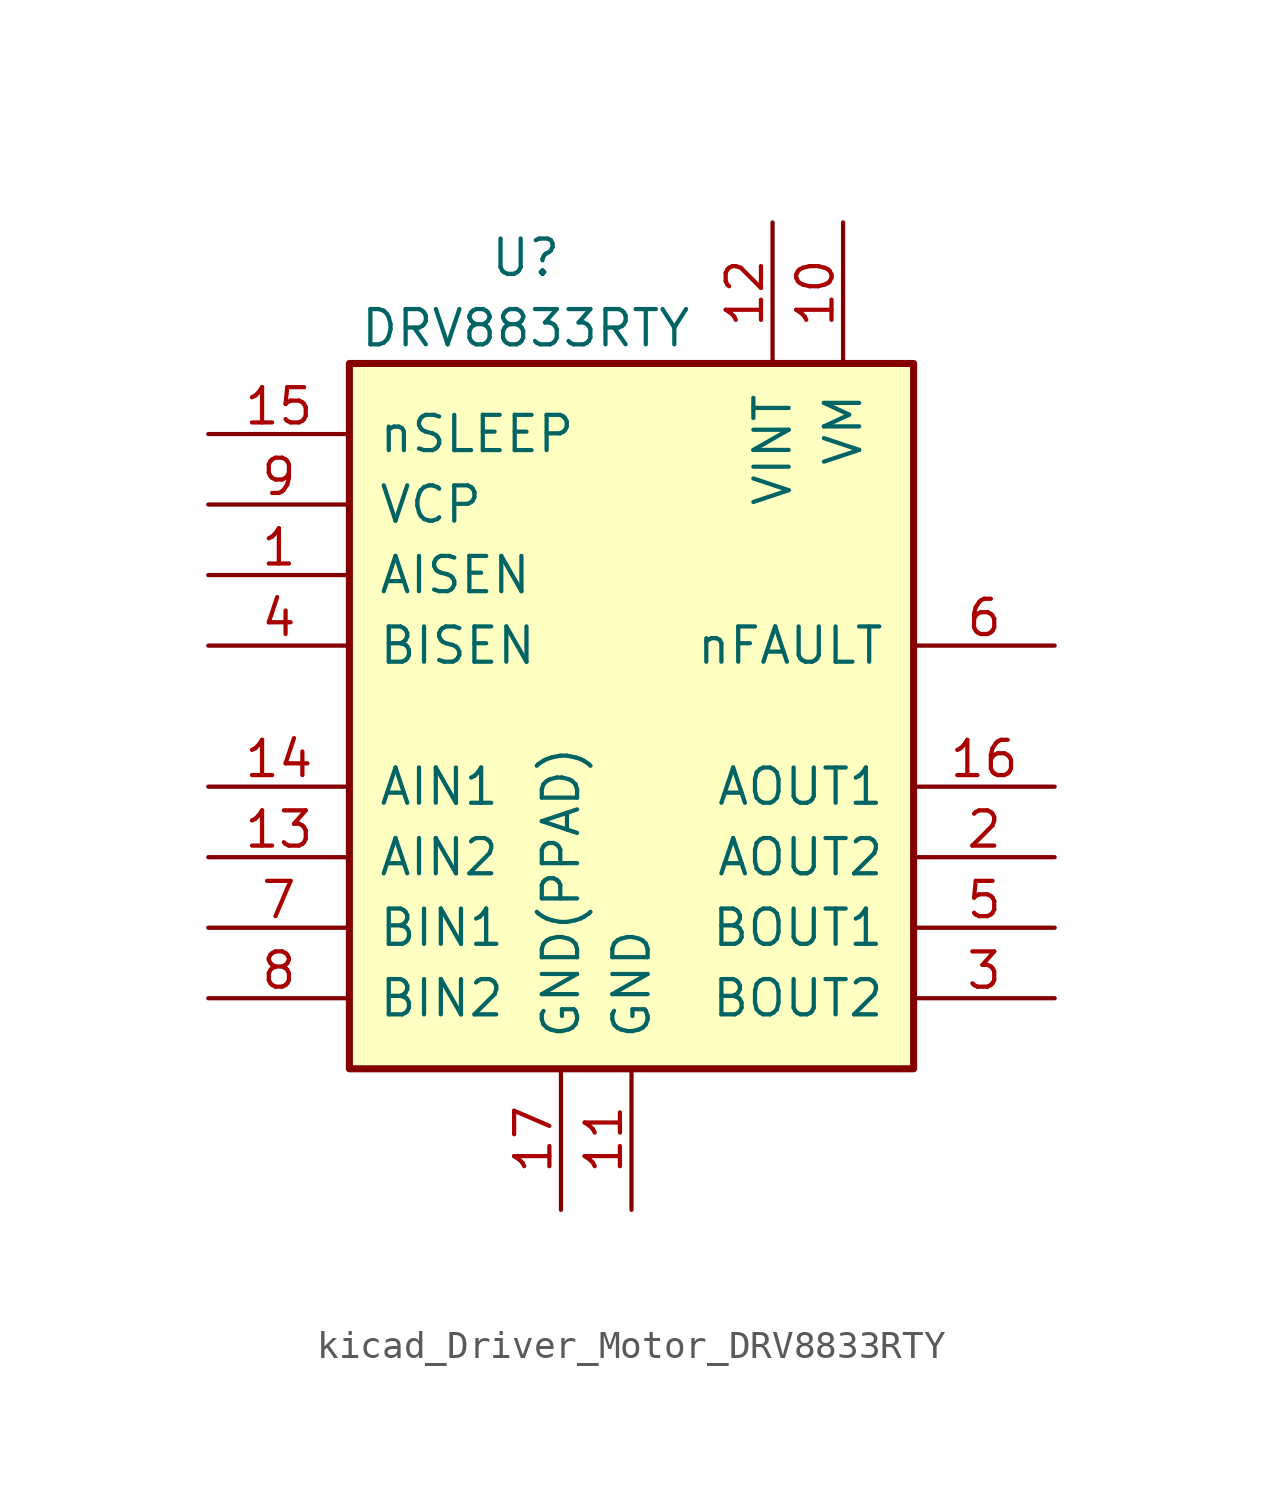
<source format=kicad_sym>
(kicad_symbol_lib
  (version 20220914)
  (generator kicad_symbol_editor)
  (symbol "kicad_Driver_Motor_DRV8833RTY"
    (pin_names
      (offset 1.016))
    (property "Reference" "U"
      (at -3.81 16.51 0)
      (effects (font (size 1.27 1.27))))
    (property "Value" "DRV8833RTY"
      (at -3.81 13.97 0)
      (effects (font (size 1.27 1.27))))
    (symbol "kicad_Driver_Motor_DRV8833RTY_0_1"
      (rectangle (start -10.16 12.7) (end 10.16 -12.7) (stroke (width 0.254) (type default)) (fill (type background))))
    (symbol "kicad_Driver_Motor_DRV8833RTY_1_1"
      (pin bidirectional line (at -15.24 5.08 0) (length 5.08) (name "AISEN" (effects (font (size 1.27 1.27)))) (number "1" (effects (font (size 1.27 1.27)))))
      (pin power_in line (at 7.62 17.78 270) (length 5.08) (name "VM" (effects (font (size 1.27 1.27)))) (number "10" (effects (font (size 1.27 1.27)))))
      (pin power_in line (at 0 -17.78 90) (length 5.08) (name "GND" (effects (font (size 1.27 1.27)))) (number "11" (effects (font (size 1.27 1.27)))))
      (pin power_in line (at 5.08 17.78 270) (length 5.08) (name "VINT" (effects (font (size 1.27 1.27)))) (number "12" (effects (font (size 1.27 1.27)))))
      (pin input line (at -15.24 -5.08 0) (length 5.08) (name "AIN2" (effects (font (size 1.27 1.27)))) (number "13" (effects (font (size 1.27 1.27)))))
      (pin input line (at -15.24 -2.54 0) (length 5.08) (name "AIN1" (effects (font (size 1.27 1.27)))) (number "14" (effects (font (size 1.27 1.27)))))
      (pin input line (at -15.24 10.16 0) (length 5.08) (name "nSLEEP" (effects (font (size 1.27 1.27)))) (number "15" (effects (font (size 1.27 1.27)))))
      (pin power_out line (at 15.24 -2.54 180) (length 5.08) (name "AOUT1" (effects (font (size 1.27 1.27)))) (number "16" (effects (font (size 1.27 1.27)))))
      (pin power_in line (at -2.54 -17.78 90) (length 5.08) (name "GND(PPAD)" (effects (font (size 1.27 1.27)))) (number "17" (effects (font (size 1.27 1.27)))))
      (pin power_out line (at 15.24 -5.08 180) (length 5.08) (name "AOUT2" (effects (font (size 1.27 1.27)))) (number "2" (effects (font (size 1.27 1.27)))))
      (pin power_out line (at 15.24 -10.16 180) (length 5.08) (name "BOUT2" (effects (font (size 1.27 1.27)))) (number "3" (effects (font (size 1.27 1.27)))))
      (pin bidirectional line (at -15.24 2.54 0) (length 5.08) (name "BISEN" (effects (font (size 1.27 1.27)))) (number "4" (effects (font (size 1.27 1.27)))))
      (pin power_out line (at 15.24 -7.62 180) (length 5.08) (name "BOUT1" (effects (font (size 1.27 1.27)))) (number "5" (effects (font (size 1.27 1.27)))))
      (pin open_collector line (at 15.24 2.54 180) (length 5.08) (name "nFAULT" (effects (font (size 1.27 1.27)))) (number "6" (effects (font (size 1.27 1.27)))))
      (pin input line (at -15.24 -7.62 0) (length 5.08) (name "BIN1" (effects (font (size 1.27 1.27)))) (number "7" (effects (font (size 1.27 1.27)))))
      (pin input line (at -15.24 -10.16 0) (length 5.08) (name "BIN2" (effects (font (size 1.27 1.27)))) (number "8" (effects (font (size 1.27 1.27)))))
      (pin bidirectional line (at -15.24 7.62 0) (length 5.08) (name "VCP" (effects (font (size 1.27 1.27)))) (number "9" (effects (font (size 1.27 1.27))))))))
</source>
